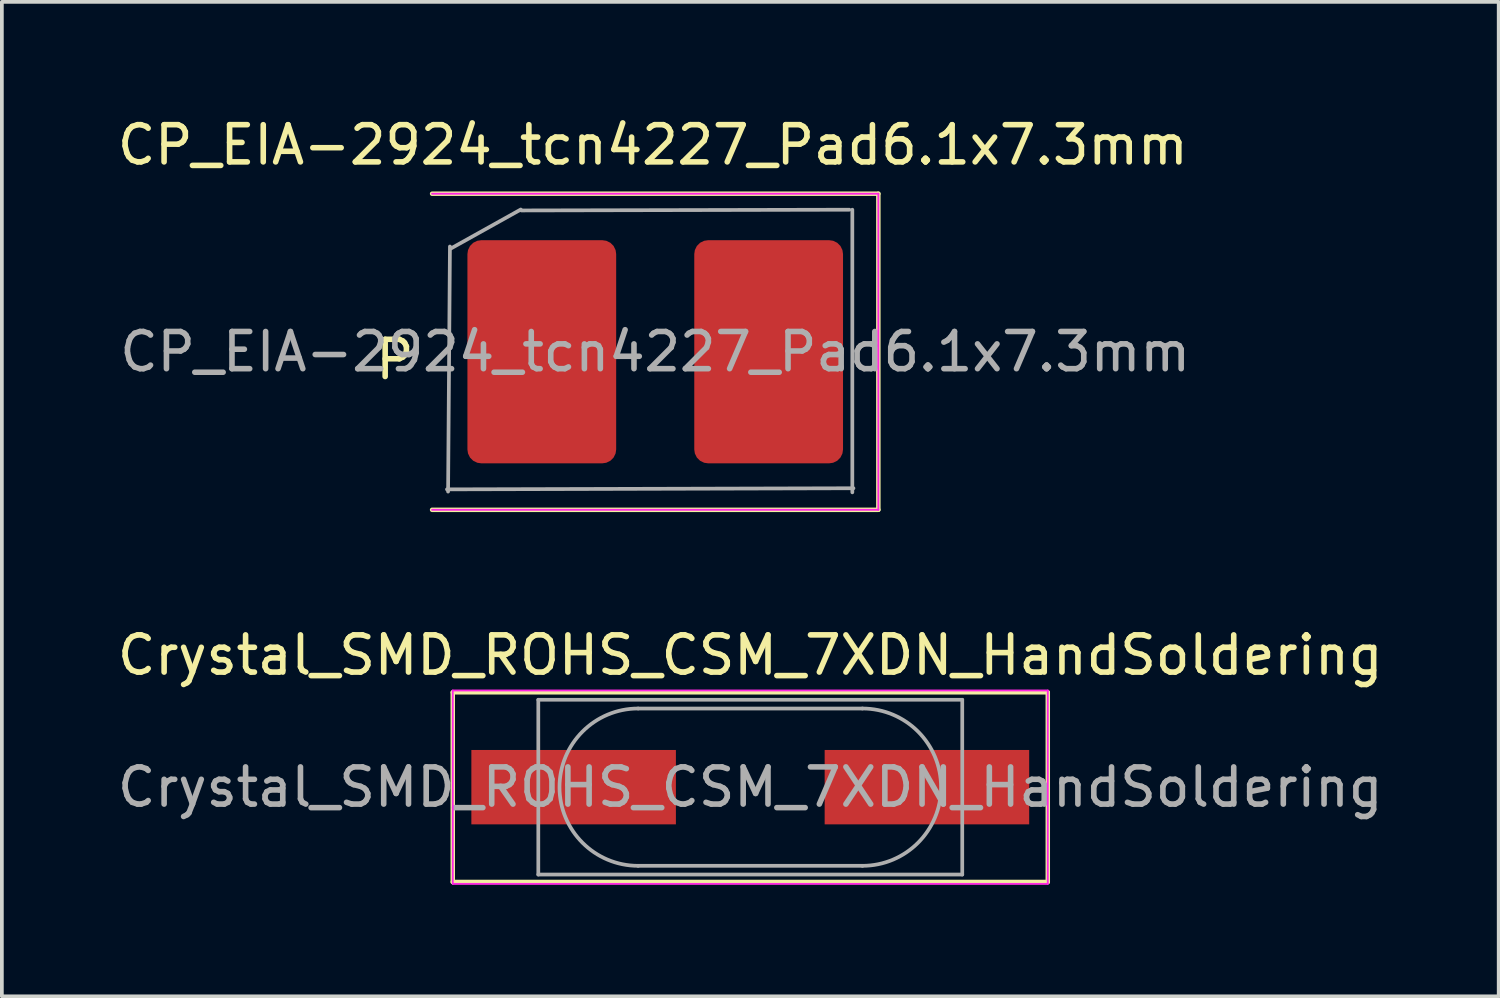
<source format=kicad_pcb>
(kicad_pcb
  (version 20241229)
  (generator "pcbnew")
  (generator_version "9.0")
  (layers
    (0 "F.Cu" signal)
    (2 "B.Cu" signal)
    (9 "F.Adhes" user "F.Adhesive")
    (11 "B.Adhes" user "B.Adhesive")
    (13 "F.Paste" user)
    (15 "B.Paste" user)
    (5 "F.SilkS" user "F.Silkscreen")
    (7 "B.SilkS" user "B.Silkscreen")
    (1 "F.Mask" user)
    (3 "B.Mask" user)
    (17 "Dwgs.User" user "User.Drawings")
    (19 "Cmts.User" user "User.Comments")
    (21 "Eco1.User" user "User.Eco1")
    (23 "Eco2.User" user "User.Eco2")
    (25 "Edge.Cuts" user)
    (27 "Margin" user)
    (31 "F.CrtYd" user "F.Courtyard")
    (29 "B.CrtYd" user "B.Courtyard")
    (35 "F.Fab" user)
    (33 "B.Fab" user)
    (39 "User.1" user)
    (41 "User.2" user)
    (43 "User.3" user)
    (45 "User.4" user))
  (footprint "CP_EIA-2924_tcn4227_Pad6.1x7.3mm"
    (layer "F.Cu")
    (at 14.569 6.409)
    (property "Reference" "CP_EIA-2924_tcn4227_Pad6.1x7.3mm" (at -0.064 -5.561 0) (layer "F.SilkS") (effects (font (size 1 1) (thickness 0.15))))
    (attr smd)
    (fp_line (start -6 4.25) (end 6 4.25) (stroke (width 0.12) (type solid)) (layer "F.SilkS"))
    (fp_line (start 6 -4.25) (end -6 -4.25) (stroke (width 0.12) (type solid)) (layer "F.SilkS"))
    (fp_line (start 6 -4.25) (end 6 4.25) (stroke (width 0.12) (type solid)) (layer "F.SilkS"))
    (fp_line (start -6 -4.25) (end 6 -4.25) (stroke (width 0.05) (type solid)) (layer "F.CrtYd"))
    (fp_line (start 6 -4.25) (end 6 4.25) (stroke (width 0.05) (type solid)) (layer "F.CrtYd"))
    (fp_line (start 6 4.25) (end -6 4.25) (stroke (width 0.05) (type solid)) (layer "F.CrtYd"))
    (fp_line (start -5.6 3.7) (end 5.33 3.67) (stroke (width 0.1) (type solid)) (layer "F.Fab"))
    (fp_line (start -5.57 3.76) (end -5.52 -2.83) (stroke (width 0.1) (type solid)) (layer "F.Fab"))
    (fp_line (start -3.616 -3.825) (end -5.49 -2.78) (stroke (width 0.1) (type solid)) (layer "F.Fab"))
    (fp_line (start 5.22 -3.82) (end -3.6 -3.8) (stroke (width 0.1) (type solid)) (layer "F.Fab"))
    (fp_line (start 5.3 3.78) (end 5.3 -3.82) (stroke (width 0.1) (type solid)) (layer "F.Fab"))
    (fp_text user "P" (at -7 0.21 0) (layer "F.SilkS") (effects (font (size 1 1) (thickness 0.15))))
    (fp_text user "${REFERENCE}" (at 0 0 0) (layer "F.Fab") (effects (font (size 1 1) (thickness 0.15))))
    (pad "1" smd roundrect (at -3.05 0) (size 4 6) (layers "F.Cu" "F.Mask" "F.Paste") (roundrect_rratio 0.093))
    (pad "2" smd roundrect (at 3.05 0) (size 4 6) (layers "F.Cu" "F.Mask" "F.Paste") (roundrect_rratio 0.093)))
  (footprint "Crystal_SMD_ROHS_CSM_7XDN_HandSoldering"
    (layer "F.Cu")
    (at 17.125 18.117)
    (property "Reference" "Crystal_SMD_ROHS_CSM_7XDN_HandSoldering" (at 0 -3.55 0) (layer "F.SilkS") (effects (font (size 1 1) (thickness 0.15))))
    (attr smd)
    (fp_line (start -8 -2.55) (end -8 2.55) (stroke (width 0.12) (type solid)) (layer "F.SilkS"))
    (fp_line (start -8 2.55) (end 8 2.55) (stroke (width 0.12) (type solid)) (layer "F.SilkS"))
    (fp_line (start 8 -2.55) (end -8 -2.55) (stroke (width 0.12) (type solid)) (layer "F.SilkS"))
    (fp_line (start 8 2.55) (end 8 -2.55) (stroke (width 0.12) (type solid)) (layer "F.SilkS"))
    (fp_line (start -8 -2.6) (end -8 2.6) (stroke (width 0.05) (type solid)) (layer "F.CrtYd"))
    (fp_line (start -8 2.6) (end 8 2.6) (stroke (width 0.05) (type solid)) (layer "F.CrtYd"))
    (fp_line (start 8 -2.6) (end -8 -2.6) (stroke (width 0.05) (type solid)) (layer "F.CrtYd"))
    (fp_line (start 8 2.6) (end 8 -2.6) (stroke (width 0.05) (type solid)) (layer "F.CrtYd"))
    (fp_line (start -5.7 -2.35) (end -5.7 2.35) (stroke (width 0.1) (type solid)) (layer "F.Fab"))
    (fp_line (start -5.7 2.35) (end 5.7 2.35) (stroke (width 0.1) (type solid)) (layer "F.Fab"))
    (fp_line (start -3.015 -2.115) (end 3.015 -2.115) (stroke (width 0.1) (type solid)) (layer "F.Fab"))
    (fp_line (start -3.015 2.115) (end 3.015 2.115) (stroke (width 0.1) (type solid)) (layer "F.Fab"))
    (fp_line (start 5.7 -2.35) (end -5.7 -2.35) (stroke (width 0.1) (type solid)) (layer "F.Fab"))
    (fp_line (start 5.7 2.35) (end 5.7 -2.35) (stroke (width 0.1) (type solid)) (layer "F.Fab"))
    (fp_arc (start -3.015 2.115) (mid -5.13 0) (end -3.015 -2.115) (stroke (width 0.1) (type solid)) (layer "F.Fab"))
    (fp_arc (start 3.015 -2.115) (mid 5.13 0) (end 3.015 2.115) (stroke (width 0.1) (type solid)) (layer "F.Fab"))
    (fp_text user "${REFERENCE}" (at 0 0 0) (layer "F.Fab") (effects (font (size 1 1) (thickness 0.15))))
    (pad "1" smd rect (at -4.75 0) (size 5.5 2) (layers "F.Cu" "F.Mask" "F.Paste"))
    (pad "2" smd rect (at 4.75 0) (size 5.5 2) (layers "F.Cu" "F.Mask" "F.Paste")))
  (gr_rect
    (start -3 -3)
    (end 37.25 23.742)
    (stroke (width 0.1) (type default))
    (fill no)
    (layer "Edge.Cuts")))
</source>
